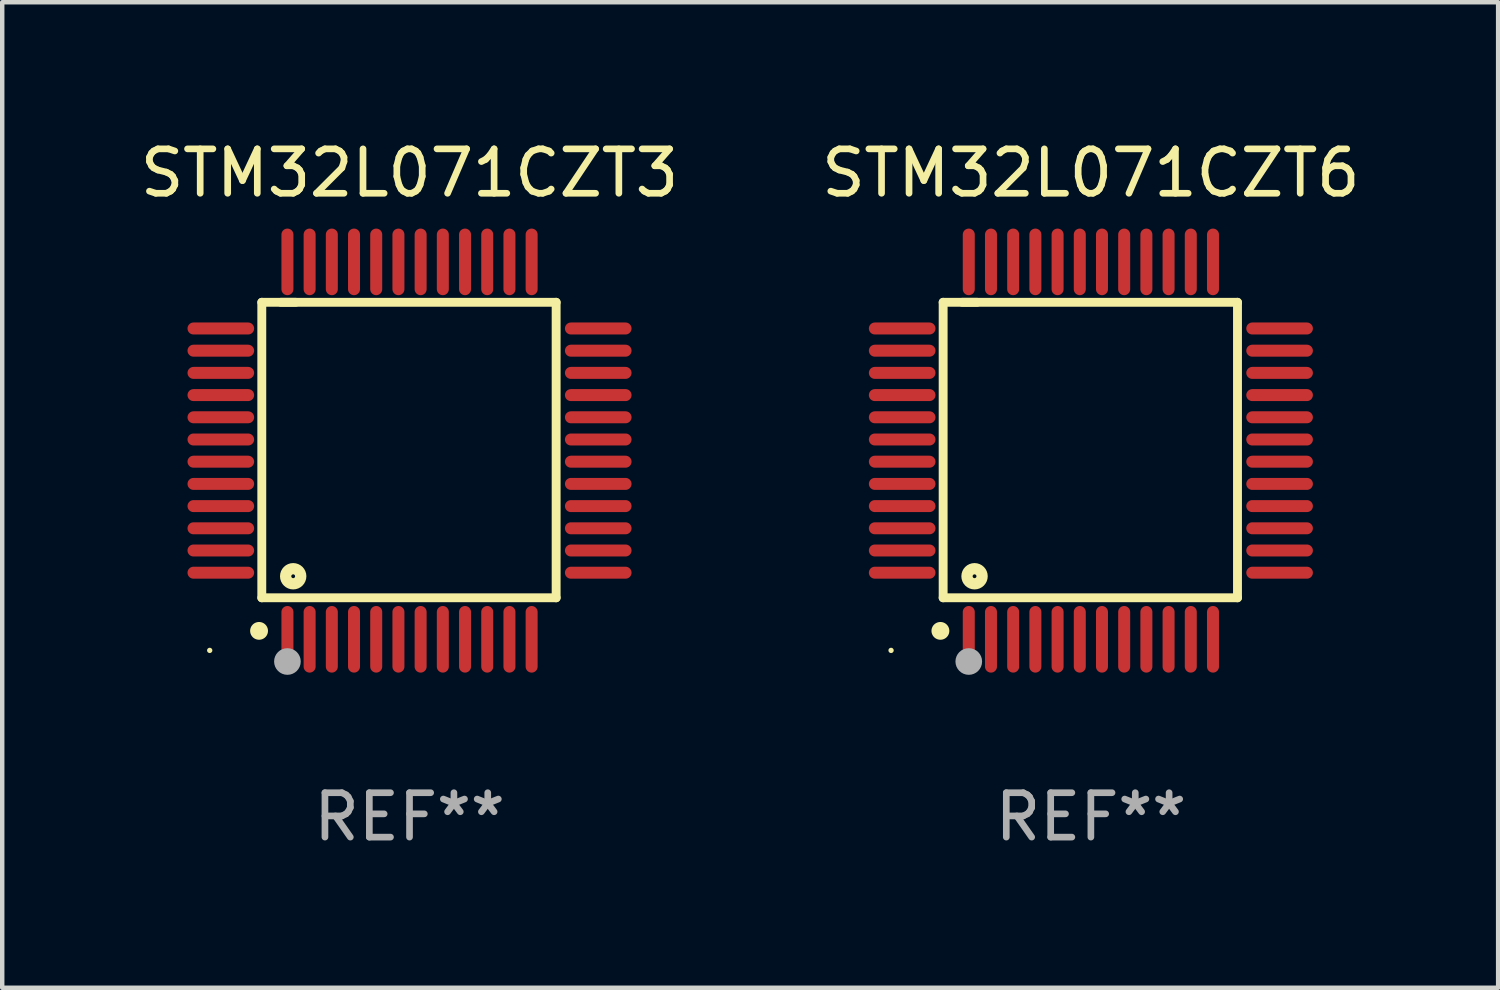
<source format=kicad_pcb>
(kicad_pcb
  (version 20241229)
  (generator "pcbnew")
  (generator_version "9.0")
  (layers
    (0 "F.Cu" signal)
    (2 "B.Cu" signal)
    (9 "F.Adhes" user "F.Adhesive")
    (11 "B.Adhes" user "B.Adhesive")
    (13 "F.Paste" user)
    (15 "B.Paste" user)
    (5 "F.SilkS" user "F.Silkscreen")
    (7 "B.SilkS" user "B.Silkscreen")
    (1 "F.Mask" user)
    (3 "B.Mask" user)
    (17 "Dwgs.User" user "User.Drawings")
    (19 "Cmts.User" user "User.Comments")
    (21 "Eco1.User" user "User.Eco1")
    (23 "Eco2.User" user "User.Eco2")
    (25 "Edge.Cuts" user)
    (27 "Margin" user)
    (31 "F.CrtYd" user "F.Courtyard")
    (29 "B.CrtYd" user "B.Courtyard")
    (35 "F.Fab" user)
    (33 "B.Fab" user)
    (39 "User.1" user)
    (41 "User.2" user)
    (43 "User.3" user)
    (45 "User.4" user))
  (footprint "STM32L071CZT3"
    (layer "F.Cu")
    (at 6.173 7.098)
    (property "Reference" "STM32L071CZT3" (at 0 -6.25 0) (layer "F.SilkS") (effects (font (size 1 1) (thickness 0.15))))
    (attr through_hole)
    (fp_line (start -3.327 -3.34) (end -2.565 -3.34) (stroke (width 0.2) (type solid)) (layer "F.SilkS"))
    (fp_line (start -3.327 3.315) (end -3.327 -3.34) (stroke (width 0.2) (type solid)) (layer "F.SilkS"))
    (fp_line (start -2.896 -3.34) (end 3.302 -3.34) (stroke (width 0.2) (type solid)) (layer "F.SilkS"))
    (fp_line (start 3.302 -3.34) (end 3.302 3.315) (stroke (width 0.2) (type solid)) (layer "F.SilkS"))
    (fp_line (start 3.302 3.315) (end -3.327 3.315) (stroke (width 0.2) (type solid)) (layer "F.SilkS"))
    (fp_arc (start -3.389992 4.059995) (mid -3.388722 4.059991) (end -3.387452 4.059995) (stroke (width 0.4) (type solid)) (layer "F.SilkS"))
    (fp_circle (center -4.5 4.5) (end -4.47 4.5) (stroke (width 0.06) (type solid)) (fill no) (layer "F.SilkS"))
    (fp_circle (center -2.62 2.83) (end -2.45 2.83) (stroke (width 0.254) (type solid)) (fill no) (layer "F.SilkS"))
    (fp_circle (center -2.75 4.75) (end -2.6 4.75) (stroke (width 0.3) (type solid)) (fill no) (layer "F.Fab"))
    (fp_text user "REF**" (at 0 8.25 0) (layer "F.Fab") (effects (font (size 1 1) (thickness 0.15))))
    (pad "1" smd oval (at -2.75 4.25) (size 0.27 1.5) (layers "F.Cu" "F.Mask" "F.Paste"))
    (pad "2" smd oval (at -2.25 4.25) (size 0.27 1.5) (layers "F.Cu" "F.Mask" "F.Paste"))
    (pad "3" smd oval (at -1.75 4.25) (size 0.27 1.5) (layers "F.Cu" "F.Mask" "F.Paste"))
    (pad "4" smd oval (at -1.25 4.25) (size 0.27 1.5) (layers "F.Cu" "F.Mask" "F.Paste"))
    (pad "5" smd oval (at -0.75 4.25) (size 0.27 1.5) (layers "F.Cu" "F.Mask" "F.Paste"))
    (pad "6" smd oval (at -0.25 4.25) (size 0.27 1.5) (layers "F.Cu" "F.Mask" "F.Paste"))
    (pad "7" smd oval (at 0.25 4.25) (size 0.27 1.5) (layers "F.Cu" "F.Mask" "F.Paste"))
    (pad "8" smd oval (at 0.75 4.25) (size 0.27 1.5) (layers "F.Cu" "F.Mask" "F.Paste"))
    (pad "9" smd oval (at 1.25 4.25) (size 0.27 1.5) (layers "F.Cu" "F.Mask" "F.Paste"))
    (pad "10" smd oval (at 1.75 4.25) (size 0.27 1.5) (layers "F.Cu" "F.Mask" "F.Paste"))
    (pad "11" smd oval (at 2.25 4.25) (size 0.27 1.5) (layers "F.Cu" "F.Mask" "F.Paste"))
    (pad "12" smd oval (at 2.75 4.25) (size 0.27 1.5) (layers "F.Cu" "F.Mask" "F.Paste"))
    (pad "13" smd oval (at 4.25 2.75) (size 1.5 0.27) (layers "F.Cu" "F.Mask" "F.Paste"))
    (pad "14" smd oval (at 4.25 2.25) (size 1.5 0.27) (layers "F.Cu" "F.Mask" "F.Paste"))
    (pad "15" smd oval (at 4.25 1.75) (size 1.5 0.27) (layers "F.Cu" "F.Mask" "F.Paste"))
    (pad "16" smd oval (at 4.25 1.25) (size 1.5 0.27) (layers "F.Cu" "F.Mask" "F.Paste"))
    (pad "17" smd oval (at 4.25 0.75) (size 1.5 0.27) (layers "F.Cu" "F.Mask" "F.Paste"))
    (pad "18" smd oval (at 4.25 0.25) (size 1.5 0.27) (layers "F.Cu" "F.Mask" "F.Paste"))
    (pad "19" smd oval (at 4.25 -0.25) (size 1.5 0.27) (layers "F.Cu" "F.Mask" "F.Paste"))
    (pad "20" smd oval (at 4.25 -0.75) (size 1.5 0.27) (layers "F.Cu" "F.Mask" "F.Paste"))
    (pad "21" smd oval (at 4.25 -1.25) (size 1.5 0.27) (layers "F.Cu" "F.Mask" "F.Paste"))
    (pad "22" smd oval (at 4.25 -1.75) (size 1.5 0.27) (layers "F.Cu" "F.Mask" "F.Paste"))
    (pad "23" smd oval (at 4.25 -2.25) (size 1.5 0.27) (layers "F.Cu" "F.Mask" "F.Paste"))
    (pad "24" smd oval (at 4.25 -2.75) (size 1.5 0.27) (layers "F.Cu" "F.Mask" "F.Paste"))
    (pad "25" smd oval (at 2.75 -4.25) (size 0.27 1.5) (layers "F.Cu" "F.Mask" "F.Paste"))
    (pad "26" smd oval (at 2.25 -4.25) (size 0.27 1.5) (layers "F.Cu" "F.Mask" "F.Paste"))
    (pad "27" smd oval (at 1.75 -4.25) (size 0.27 1.5) (layers "F.Cu" "F.Mask" "F.Paste"))
    (pad "28" smd oval (at 1.25 -4.25) (size 0.27 1.5) (layers "F.Cu" "F.Mask" "F.Paste"))
    (pad "29" smd oval (at 0.75 -4.25) (size 0.27 1.5) (layers "F.Cu" "F.Mask" "F.Paste"))
    (pad "30" smd oval (at 0.25 -4.25) (size 0.27 1.5) (layers "F.Cu" "F.Mask" "F.Paste"))
    (pad "31" smd oval (at -0.25 -4.25) (size 0.27 1.5) (layers "F.Cu" "F.Mask" "F.Paste"))
    (pad "32" smd oval (at -0.75 -4.25) (size 0.27 1.5) (layers "F.Cu" "F.Mask" "F.Paste"))
    (pad "33" smd oval (at -1.25 -4.25) (size 0.27 1.5) (layers "F.Cu" "F.Mask" "F.Paste"))
    (pad "34" smd oval (at -1.75 -4.25) (size 0.27 1.5) (layers "F.Cu" "F.Mask" "F.Paste"))
    (pad "35" smd oval (at -2.25 -4.25) (size 0.27 1.5) (layers "F.Cu" "F.Mask" "F.Paste"))
    (pad "36" smd oval (at -2.75 -4.25) (size 0.27 1.5) (layers "F.Cu" "F.Mask" "F.Paste"))
    (pad "37" smd oval (at -4.25 -2.75) (size 1.5 0.27) (layers "F.Cu" "F.Mask" "F.Paste"))
    (pad "38" smd oval (at -4.25 -2.25) (size 1.5 0.27) (layers "F.Cu" "F.Mask" "F.Paste"))
    (pad "39" smd oval (at -4.25 -1.75) (size 1.5 0.27) (layers "F.Cu" "F.Mask" "F.Paste"))
    (pad "40" smd oval (at -4.25 -1.25) (size 1.5 0.27) (layers "F.Cu" "F.Mask" "F.Paste"))
    (pad "41" smd oval (at -4.25 -0.75) (size 1.5 0.27) (layers "F.Cu" "F.Mask" "F.Paste"))
    (pad "42" smd oval (at -4.25 -0.25) (size 1.5 0.27) (layers "F.Cu" "F.Mask" "F.Paste"))
    (pad "43" smd oval (at -4.25 0.25) (size 1.5 0.27) (layers "F.Cu" "F.Mask" "F.Paste"))
    (pad "44" smd oval (at -4.25 0.75) (size 1.5 0.27) (layers "F.Cu" "F.Mask" "F.Paste"))
    (pad "45" smd oval (at -4.25 1.25) (size 1.5 0.27) (layers "F.Cu" "F.Mask" "F.Paste"))
    (pad "46" smd oval (at -4.25 1.75) (size 1.5 0.27) (layers "F.Cu" "F.Mask" "F.Paste"))
    (pad "47" smd oval (at -4.25 2.25) (size 1.5 0.27) (layers "F.Cu" "F.Mask" "F.Paste"))
    (pad "48" smd oval (at -4.25 2.75) (size 1.5 0.27) (layers "F.Cu" "F.Mask" "F.Paste")))
  (footprint "STM32L071CZT6"
    (layer "F.Cu")
    (at 21.518 7.098)
    (property "Reference" "STM32L071CZT6" (at 0 -6.25 0) (layer "F.SilkS") (effects (font (size 1 1) (thickness 0.15))))
    (attr through_hole)
    (fp_line (start -3.327 -3.34) (end -2.565 -3.34) (stroke (width 0.2) (type solid)) (layer "F.SilkS"))
    (fp_line (start -3.327 3.315) (end -3.327 -3.34) (stroke (width 0.2) (type solid)) (layer "F.SilkS"))
    (fp_line (start -2.896 -3.34) (end 3.302 -3.34) (stroke (width 0.2) (type solid)) (layer "F.SilkS"))
    (fp_line (start 3.302 -3.34) (end 3.302 3.315) (stroke (width 0.2) (type solid)) (layer "F.SilkS"))
    (fp_line (start 3.302 3.315) (end -3.327 3.315) (stroke (width 0.2) (type solid)) (layer "F.SilkS"))
    (fp_arc (start -3.389992 4.059995) (mid -3.388722 4.059991) (end -3.387452 4.059995) (stroke (width 0.4) (type solid)) (layer "F.SilkS"))
    (fp_circle (center -4.5 4.5) (end -4.47 4.5) (stroke (width 0.06) (type solid)) (fill no) (layer "F.SilkS"))
    (fp_circle (center -2.62 2.83) (end -2.45 2.83) (stroke (width 0.254) (type solid)) (fill no) (layer "F.SilkS"))
    (fp_circle (center -2.75 4.75) (end -2.6 4.75) (stroke (width 0.3) (type solid)) (fill no) (layer "F.Fab"))
    (fp_text user "REF**" (at 0 8.25 0) (layer "F.Fab") (effects (font (size 1 1) (thickness 0.15))))
    (pad "1" smd oval (at -2.75 4.25) (size 0.27 1.5) (layers "F.Cu" "F.Mask" "F.Paste"))
    (pad "2" smd oval (at -2.25 4.25) (size 0.27 1.5) (layers "F.Cu" "F.Mask" "F.Paste"))
    (pad "3" smd oval (at -1.75 4.25) (size 0.27 1.5) (layers "F.Cu" "F.Mask" "F.Paste"))
    (pad "4" smd oval (at -1.25 4.25) (size 0.27 1.5) (layers "F.Cu" "F.Mask" "F.Paste"))
    (pad "5" smd oval (at -0.75 4.25) (size 0.27 1.5) (layers "F.Cu" "F.Mask" "F.Paste"))
    (pad "6" smd oval (at -0.25 4.25) (size 0.27 1.5) (layers "F.Cu" "F.Mask" "F.Paste"))
    (pad "7" smd oval (at 0.25 4.25) (size 0.27 1.5) (layers "F.Cu" "F.Mask" "F.Paste"))
    (pad "8" smd oval (at 0.75 4.25) (size 0.27 1.5) (layers "F.Cu" "F.Mask" "F.Paste"))
    (pad "9" smd oval (at 1.25 4.25) (size 0.27 1.5) (layers "F.Cu" "F.Mask" "F.Paste"))
    (pad "10" smd oval (at 1.75 4.25) (size 0.27 1.5) (layers "F.Cu" "F.Mask" "F.Paste"))
    (pad "11" smd oval (at 2.25 4.25) (size 0.27 1.5) (layers "F.Cu" "F.Mask" "F.Paste"))
    (pad "12" smd oval (at 2.75 4.25) (size 0.27 1.5) (layers "F.Cu" "F.Mask" "F.Paste"))
    (pad "13" smd oval (at 4.25 2.75) (size 1.5 0.27) (layers "F.Cu" "F.Mask" "F.Paste"))
    (pad "14" smd oval (at 4.25 2.25) (size 1.5 0.27) (layers "F.Cu" "F.Mask" "F.Paste"))
    (pad "15" smd oval (at 4.25 1.75) (size 1.5 0.27) (layers "F.Cu" "F.Mask" "F.Paste"))
    (pad "16" smd oval (at 4.25 1.25) (size 1.5 0.27) (layers "F.Cu" "F.Mask" "F.Paste"))
    (pad "17" smd oval (at 4.25 0.75) (size 1.5 0.27) (layers "F.Cu" "F.Mask" "F.Paste"))
    (pad "18" smd oval (at 4.25 0.25) (size 1.5 0.27) (layers "F.Cu" "F.Mask" "F.Paste"))
    (pad "19" smd oval (at 4.25 -0.25) (size 1.5 0.27) (layers "F.Cu" "F.Mask" "F.Paste"))
    (pad "20" smd oval (at 4.25 -0.75) (size 1.5 0.27) (layers "F.Cu" "F.Mask" "F.Paste"))
    (pad "21" smd oval (at 4.25 -1.25) (size 1.5 0.27) (layers "F.Cu" "F.Mask" "F.Paste"))
    (pad "22" smd oval (at 4.25 -1.75) (size 1.5 0.27) (layers "F.Cu" "F.Mask" "F.Paste"))
    (pad "23" smd oval (at 4.25 -2.25) (size 1.5 0.27) (layers "F.Cu" "F.Mask" "F.Paste"))
    (pad "24" smd oval (at 4.25 -2.75) (size 1.5 0.27) (layers "F.Cu" "F.Mask" "F.Paste"))
    (pad "25" smd oval (at 2.75 -4.25) (size 0.27 1.5) (layers "F.Cu" "F.Mask" "F.Paste"))
    (pad "26" smd oval (at 2.25 -4.25) (size 0.27 1.5) (layers "F.Cu" "F.Mask" "F.Paste"))
    (pad "27" smd oval (at 1.75 -4.25) (size 0.27 1.5) (layers "F.Cu" "F.Mask" "F.Paste"))
    (pad "28" smd oval (at 1.25 -4.25) (size 0.27 1.5) (layers "F.Cu" "F.Mask" "F.Paste"))
    (pad "29" smd oval (at 0.75 -4.25) (size 0.27 1.5) (layers "F.Cu" "F.Mask" "F.Paste"))
    (pad "30" smd oval (at 0.25 -4.25) (size 0.27 1.5) (layers "F.Cu" "F.Mask" "F.Paste"))
    (pad "31" smd oval (at -0.25 -4.25) (size 0.27 1.5) (layers "F.Cu" "F.Mask" "F.Paste"))
    (pad "32" smd oval (at -0.75 -4.25) (size 0.27 1.5) (layers "F.Cu" "F.Mask" "F.Paste"))
    (pad "33" smd oval (at -1.25 -4.25) (size 0.27 1.5) (layers "F.Cu" "F.Mask" "F.Paste"))
    (pad "34" smd oval (at -1.75 -4.25) (size 0.27 1.5) (layers "F.Cu" "F.Mask" "F.Paste"))
    (pad "35" smd oval (at -2.25 -4.25) (size 0.27 1.5) (layers "F.Cu" "F.Mask" "F.Paste"))
    (pad "36" smd oval (at -2.75 -4.25) (size 0.27 1.5) (layers "F.Cu" "F.Mask" "F.Paste"))
    (pad "37" smd oval (at -4.25 -2.75) (size 1.5 0.27) (layers "F.Cu" "F.Mask" "F.Paste"))
    (pad "38" smd oval (at -4.25 -2.25) (size 1.5 0.27) (layers "F.Cu" "F.Mask" "F.Paste"))
    (pad "39" smd oval (at -4.25 -1.75) (size 1.5 0.27) (layers "F.Cu" "F.Mask" "F.Paste"))
    (pad "40" smd oval (at -4.25 -1.25) (size 1.5 0.27) (layers "F.Cu" "F.Mask" "F.Paste"))
    (pad "41" smd oval (at -4.25 -0.75) (size 1.5 0.27) (layers "F.Cu" "F.Mask" "F.Paste"))
    (pad "42" smd oval (at -4.25 -0.25) (size 1.5 0.27) (layers "F.Cu" "F.Mask" "F.Paste"))
    (pad "43" smd oval (at -4.25 0.25) (size 1.5 0.27) (layers "F.Cu" "F.Mask" "F.Paste"))
    (pad "44" smd oval (at -4.25 0.75) (size 1.5 0.27) (layers "F.Cu" "F.Mask" "F.Paste"))
    (pad "45" smd oval (at -4.25 1.25) (size 1.5 0.27) (layers "F.Cu" "F.Mask" "F.Paste"))
    (pad "46" smd oval (at -4.25 1.75) (size 1.5 0.27) (layers "F.Cu" "F.Mask" "F.Paste"))
    (pad "47" smd oval (at -4.25 2.25) (size 1.5 0.27) (layers "F.Cu" "F.Mask" "F.Paste"))
    (pad "48" smd oval (at -4.25 2.75) (size 1.5 0.27) (layers "F.Cu" "F.Mask" "F.Paste")))
  (gr_rect
    (start -3 -3)
    (end 30.69 19.196)
    (stroke (width 0.1) (type default))
    (fill no)
    (layer "Edge.Cuts")))
</source>
